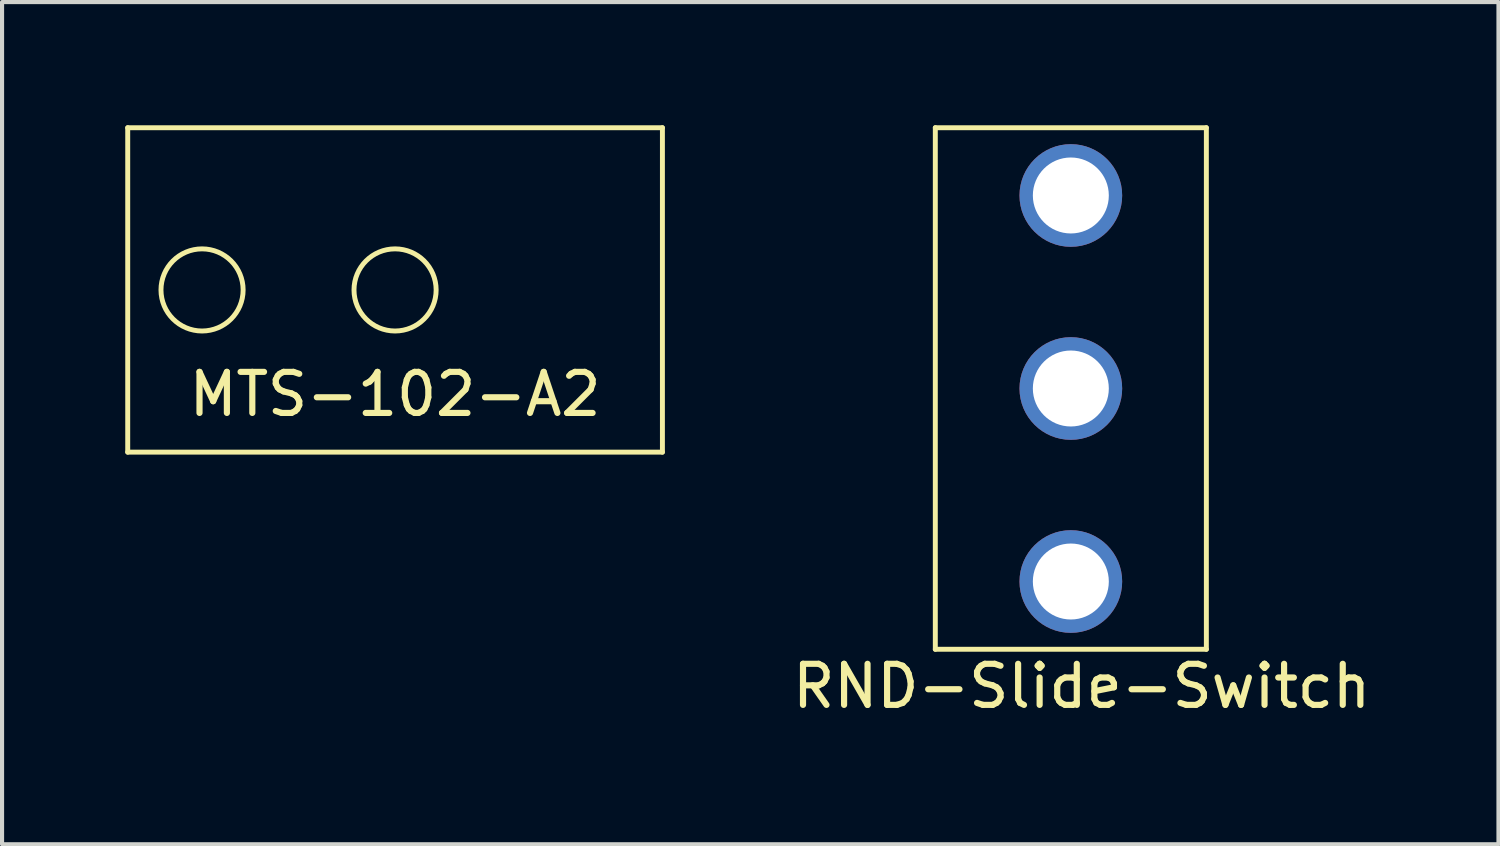
<source format=kicad_pcb>
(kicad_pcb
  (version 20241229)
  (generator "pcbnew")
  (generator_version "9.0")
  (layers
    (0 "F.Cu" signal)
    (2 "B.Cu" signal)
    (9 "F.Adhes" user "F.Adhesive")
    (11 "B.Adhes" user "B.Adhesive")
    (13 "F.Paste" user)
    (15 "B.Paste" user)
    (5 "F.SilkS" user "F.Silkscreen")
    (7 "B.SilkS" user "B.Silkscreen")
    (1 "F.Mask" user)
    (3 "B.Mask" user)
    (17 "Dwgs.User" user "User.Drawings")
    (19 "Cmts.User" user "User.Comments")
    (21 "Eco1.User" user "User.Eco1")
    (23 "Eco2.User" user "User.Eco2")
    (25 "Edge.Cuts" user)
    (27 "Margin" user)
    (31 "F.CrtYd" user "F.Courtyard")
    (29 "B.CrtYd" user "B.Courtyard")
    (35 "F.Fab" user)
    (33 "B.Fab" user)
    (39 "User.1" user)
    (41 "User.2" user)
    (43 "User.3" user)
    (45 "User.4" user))
  (footprint "MTS-102-A2"
    (layer "F.Cu")
    (at 6.57 4.01)
    (property "Reference" "MTS-102-A2" (at 0 2.54 0) (layer "F.SilkS") (effects (font (size 1 1) (thickness 0.15))))
    (attr through_hole)
    (fp_line (start -6.51 -3.95) (end 6.51 -3.95) (stroke (width 0.12) (type solid)) (layer "F.SilkS"))
    (fp_line (start -6.51 3.95) (end -6.51 -3.95) (stroke (width 0.12) (type solid)) (layer "F.SilkS"))
    (fp_line (start 6.51 -3.95) (end 6.51 3.95) (stroke (width 0.12) (type solid)) (layer "F.SilkS"))
    (fp_line (start 6.51 3.95) (end -6.51 3.95) (stroke (width 0.12) (type solid)) (layer "F.SilkS"))
    (fp_circle (center -4.7 0) (end -3.7 0) (stroke (width 0.12) (type solid)) (fill no) (layer "F.SilkS"))
    (fp_circle (center 0 0) (end 1 0) (stroke (width 0.12) (type solid)) (fill no) (layer "F.SilkS")))
  (footprint "RND-Slide-Switch"
    (layer "F.Cu")
    (at 23.025 6.41)
    (property "Reference" "RND-Slide-Switch" (at 0.264 7.249 0) (layer "F.SilkS") (effects (font (size 1 1) (thickness 0.15))))
    (attr through_hole)
    (fp_line (start -3.3 -6.35) (end -3.3 6.35) (stroke (width 0.12) (type solid)) (layer "F.SilkS"))
    (fp_line (start -3.3 -6.35) (end 3.3 -6.35) (stroke (width 0.12) (type solid)) (layer "F.SilkS"))
    (fp_line (start -3.3 6.35) (end 3.3 6.35) (stroke (width 0.12) (type solid)) (layer "F.SilkS"))
    (fp_line (start 3.3 -6.35) (end 3.3 6.35) (stroke (width 0.12) (type solid)) (layer "F.SilkS"))
    (pad "1" thru_hole circle (at 0 -4.7) (size 2.5 2.5) (drill 1.85) (layers "*.Cu" "*.Mask"))
    (pad "2" thru_hole circle (at 0 0) (size 2.5 2.5) (drill 1.85) (layers "*.Cu" "*.Mask"))
    (pad "3" thru_hole circle (at 0 4.7) (size 2.5 2.5) (drill 1.85) (layers "*.Cu" "*.Mask")))
  (gr_rect
    (start -3 -3)
    (end 33.438 17.507)
    (stroke (width 0.1) (type default))
    (fill no)
    (layer "Edge.Cuts")))
</source>
